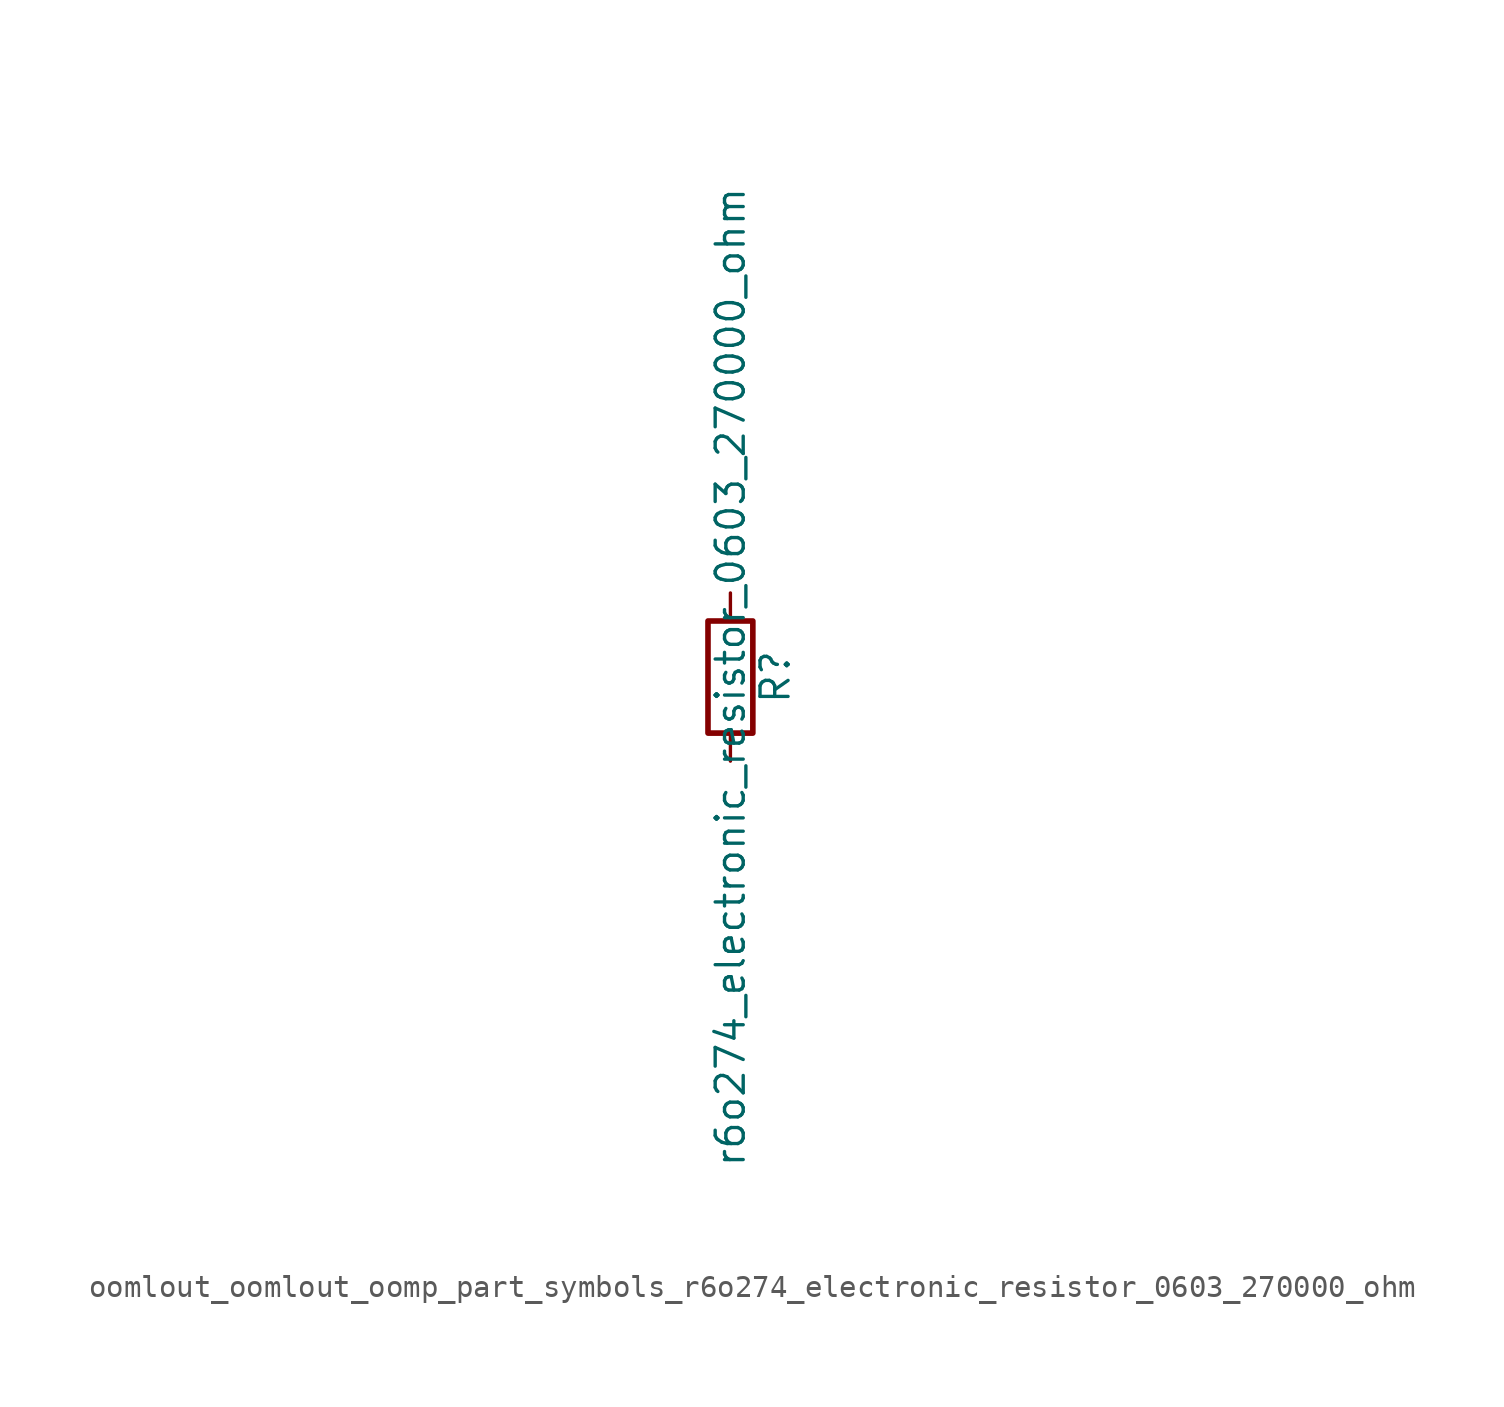
<source format=kicad_sym>
(kicad_symbol_lib
  (version 20220914)
  (generator kicad_symbol_editor)
  (symbol "oomlout_oomlout_oomp_part_symbols_r6o274_electronic_resistor_0603_270000_ohm"
    (pin_numbers hide)
    (pin_names
      (offset 0))
    (property "Reference" "R"
      (at 2.032 0 90)
      (effects (font (size 1.27 1.27))))
    (property "Value" "r6o274_electronic_resistor_0603_270000_ohm"
      (at 0 0 90)
      (effects (font (size 1.27 1.27))))
    (symbol "oomlout_oomlout_oomp_part_symbols_r6o274_electronic_resistor_0603_270000_ohm_0_1"
      (rectangle (start -1.016 -2.54) (end 1.016 2.54) (stroke (width 0.254) (type default)) (fill (type none))))
    (symbol "oomlout_oomlout_oomp_part_symbols_r6o274_electronic_resistor_0603_270000_ohm_1_1"
      (pin passive line (at 0 3.81 270) (length 1.27) (name "~" (effects (font (size 1.27 1.27)))) (number "1" (effects (font (size 1.27 1.27)))))
      (pin passive line (at 0 -3.81 90) (length 1.27) (name "~" (effects (font (size 1.27 1.27)))) (number "2" (effects (font (size 1.27 1.27))))))))
</source>
